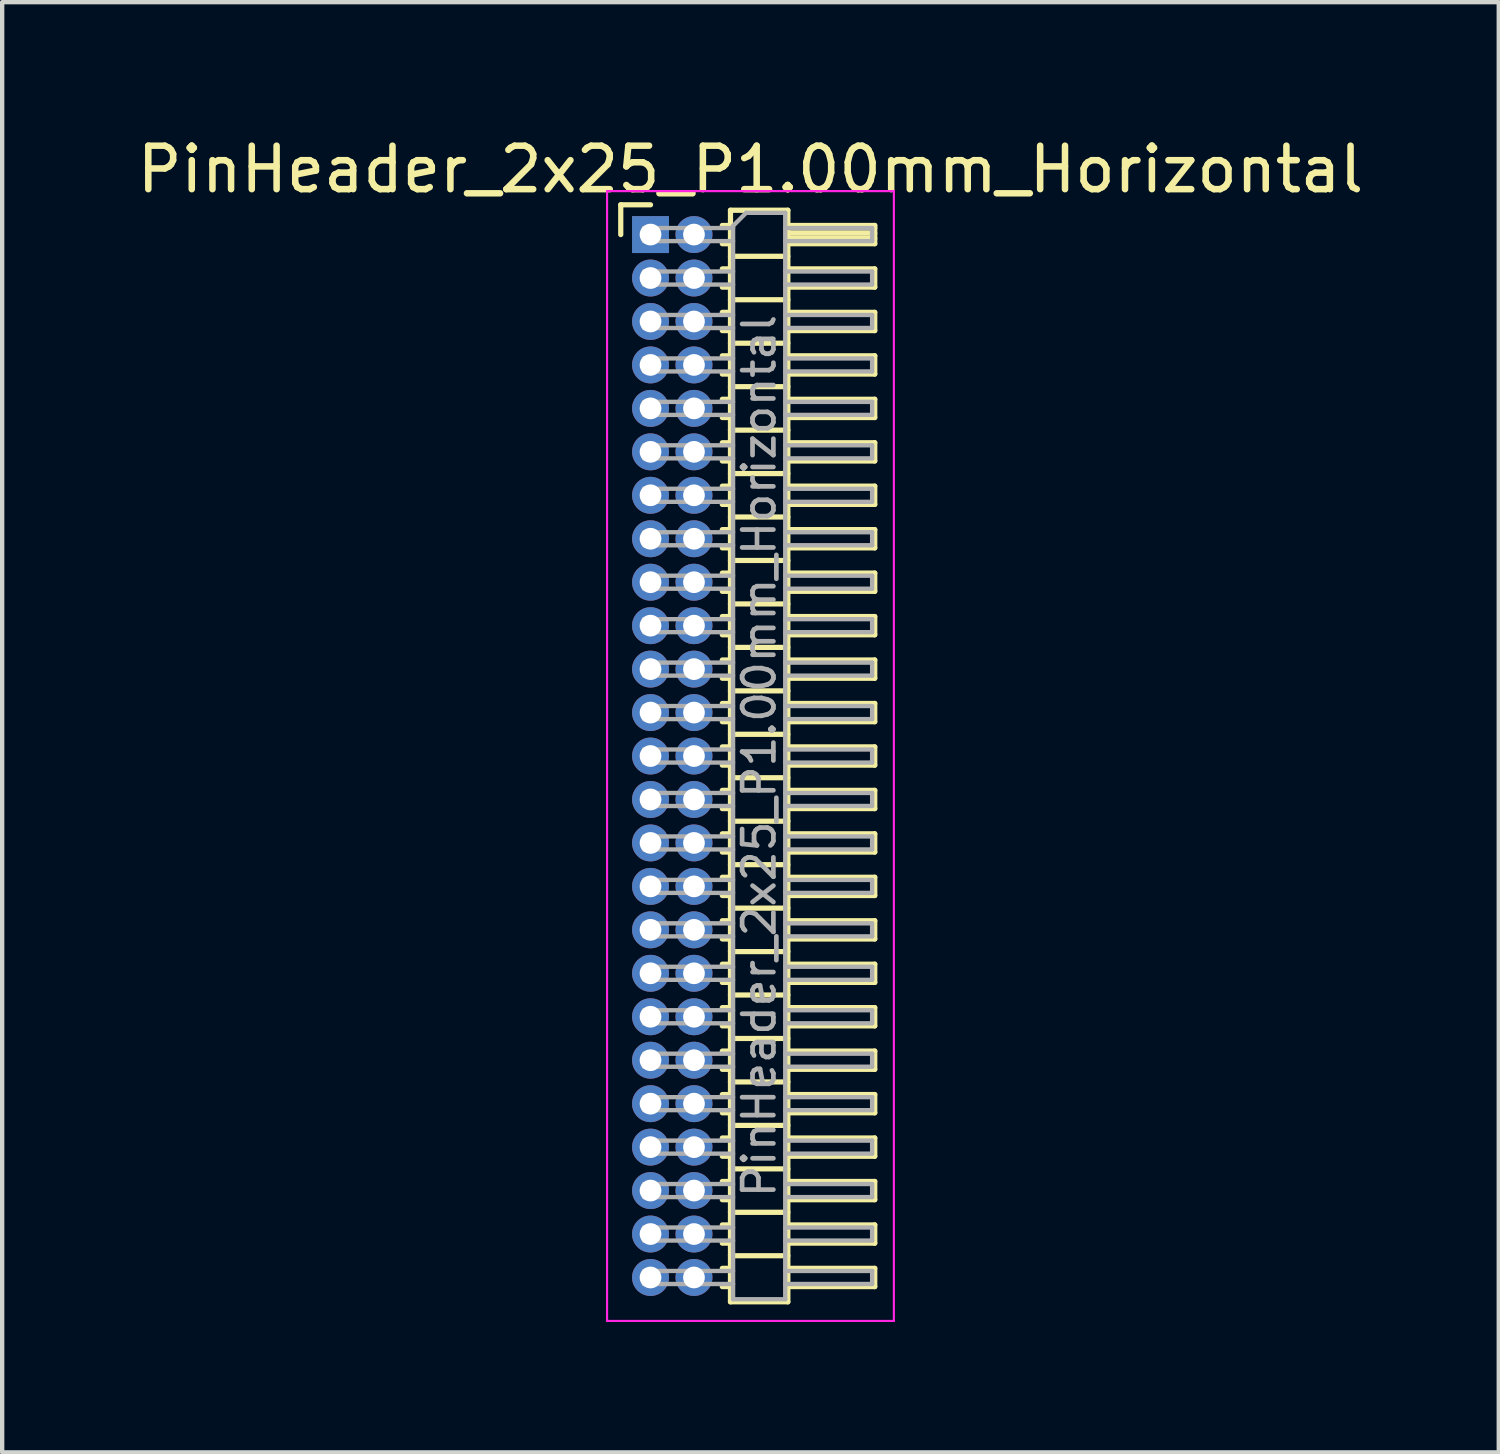
<source format=kicad_pcb>
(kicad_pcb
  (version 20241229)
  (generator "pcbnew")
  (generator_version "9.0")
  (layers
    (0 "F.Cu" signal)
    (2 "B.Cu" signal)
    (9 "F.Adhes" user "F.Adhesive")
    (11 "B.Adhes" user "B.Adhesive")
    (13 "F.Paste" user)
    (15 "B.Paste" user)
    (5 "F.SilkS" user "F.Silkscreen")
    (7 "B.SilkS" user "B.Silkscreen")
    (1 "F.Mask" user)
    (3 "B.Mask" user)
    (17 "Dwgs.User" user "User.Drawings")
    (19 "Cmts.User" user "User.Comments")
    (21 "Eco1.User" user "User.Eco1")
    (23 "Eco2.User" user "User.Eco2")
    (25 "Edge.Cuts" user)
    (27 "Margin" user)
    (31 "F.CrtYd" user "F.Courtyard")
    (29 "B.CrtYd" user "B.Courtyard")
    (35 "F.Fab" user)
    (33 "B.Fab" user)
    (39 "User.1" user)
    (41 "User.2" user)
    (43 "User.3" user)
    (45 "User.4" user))
  (footprint "PinHeader_2x25_P1.00mm_Horizontal"
    (layer "F.Cu")
    (at 11.92 2.348)
    (property "Reference" "PinHeader_2x25_P1.00mm_Horizontal" (at 2.3 -1.5 0) (layer "F.SilkS") (effects (font (size 1 1) (thickness 0.15))))
    (attr through_hole)
    (fp_line (start -0.685 -0.685) (end 0 -0.685) (stroke (width 0.12) (type solid)) (layer "F.SilkS"))
    (fp_line (start -0.685 0) (end -0.685 -0.685) (stroke (width 0.12) (type solid)) (layer "F.SilkS"))
    (fp_line (start 1.652 -0.21) (end 1.84 -0.21) (stroke (width 0.12) (type solid)) (layer "F.SilkS"))
    (fp_line (start 1.652 0.21) (end 1.84 0.21) (stroke (width 0.12) (type solid)) (layer "F.SilkS"))
    (fp_line (start 1.652 0.79) (end 1.84 0.79) (stroke (width 0.12) (type solid)) (layer "F.SilkS"))
    (fp_line (start 1.652 1.21) (end 1.84 1.21) (stroke (width 0.12) (type solid)) (layer "F.SilkS"))
    (fp_line (start 1.652 1.79) (end 1.84 1.79) (stroke (width 0.12) (type solid)) (layer "F.SilkS"))
    (fp_line (start 1.652 2.21) (end 1.84 2.21) (stroke (width 0.12) (type solid)) (layer "F.SilkS"))
    (fp_line (start 1.652 2.79) (end 1.84 2.79) (stroke (width 0.12) (type solid)) (layer "F.SilkS"))
    (fp_line (start 1.652 3.21) (end 1.84 3.21) (stroke (width 0.12) (type solid)) (layer "F.SilkS"))
    (fp_line (start 1.652 3.79) (end 1.84 3.79) (stroke (width 0.12) (type solid)) (layer "F.SilkS"))
    (fp_line (start 1.652 4.21) (end 1.84 4.21) (stroke (width 0.12) (type solid)) (layer "F.SilkS"))
    (fp_line (start 1.652 4.79) (end 1.84 4.79) (stroke (width 0.12) (type solid)) (layer "F.SilkS"))
    (fp_line (start 1.652 5.21) (end 1.84 5.21) (stroke (width 0.12) (type solid)) (layer "F.SilkS"))
    (fp_line (start 1.652 5.79) (end 1.84 5.79) (stroke (width 0.12) (type solid)) (layer "F.SilkS"))
    (fp_line (start 1.652 6.21) (end 1.84 6.21) (stroke (width 0.12) (type solid)) (layer "F.SilkS"))
    (fp_line (start 1.652 6.79) (end 1.84 6.79) (stroke (width 0.12) (type solid)) (layer "F.SilkS"))
    (fp_line (start 1.652 7.21) (end 1.84 7.21) (stroke (width 0.12) (type solid)) (layer "F.SilkS"))
    (fp_line (start 1.652 7.79) (end 1.84 7.79) (stroke (width 0.12) (type solid)) (layer "F.SilkS"))
    (fp_line (start 1.652 8.21) (end 1.84 8.21) (stroke (width 0.12) (type solid)) (layer "F.SilkS"))
    (fp_line (start 1.652 8.79) (end 1.84 8.79) (stroke (width 0.12) (type solid)) (layer "F.SilkS"))
    (fp_line (start 1.652 9.21) (end 1.84 9.21) (stroke (width 0.12) (type solid)) (layer "F.SilkS"))
    (fp_line (start 1.652 9.79) (end 1.84 9.79) (stroke (width 0.12) (type solid)) (layer "F.SilkS"))
    (fp_line (start 1.652 10.21) (end 1.84 10.21) (stroke (width 0.12) (type solid)) (layer "F.SilkS"))
    (fp_line (start 1.652 10.79) (end 1.84 10.79) (stroke (width 0.12) (type solid)) (layer "F.SilkS"))
    (fp_line (start 1.652 11.21) (end 1.84 11.21) (stroke (width 0.12) (type solid)) (layer "F.SilkS"))
    (fp_line (start 1.652 11.79) (end 1.84 11.79) (stroke (width 0.12) (type solid)) (layer "F.SilkS"))
    (fp_line (start 1.652 12.21) (end 1.84 12.21) (stroke (width 0.12) (type solid)) (layer "F.SilkS"))
    (fp_line (start 1.652 12.79) (end 1.84 12.79) (stroke (width 0.12) (type solid)) (layer "F.SilkS"))
    (fp_line (start 1.652 13.21) (end 1.84 13.21) (stroke (width 0.12) (type solid)) (layer "F.SilkS"))
    (fp_line (start 1.652 13.79) (end 1.84 13.79) (stroke (width 0.12) (type solid)) (layer "F.SilkS"))
    (fp_line (start 1.652 14.21) (end 1.84 14.21) (stroke (width 0.12) (type solid)) (layer "F.SilkS"))
    (fp_line (start 1.652 14.79) (end 1.84 14.79) (stroke (width 0.12) (type solid)) (layer "F.SilkS"))
    (fp_line (start 1.652 15.21) (end 1.84 15.21) (stroke (width 0.12) (type solid)) (layer "F.SilkS"))
    (fp_line (start 1.652 15.79) (end 1.84 15.79) (stroke (width 0.12) (type solid)) (layer "F.SilkS"))
    (fp_line (start 1.652 16.21) (end 1.84 16.21) (stroke (width 0.12) (type solid)) (layer "F.SilkS"))
    (fp_line (start 1.652 16.79) (end 1.84 16.79) (stroke (width 0.12) (type solid)) (layer "F.SilkS"))
    (fp_line (start 1.652 17.21) (end 1.84 17.21) (stroke (width 0.12) (type solid)) (layer "F.SilkS"))
    (fp_line (start 1.652 17.79) (end 1.84 17.79) (stroke (width 0.12) (type solid)) (layer "F.SilkS"))
    (fp_line (start 1.652 18.21) (end 1.84 18.21) (stroke (width 0.12) (type solid)) (layer "F.SilkS"))
    (fp_line (start 1.652 18.79) (end 1.84 18.79) (stroke (width 0.12) (type solid)) (layer "F.SilkS"))
    (fp_line (start 1.652 19.21) (end 1.84 19.21) (stroke (width 0.12) (type solid)) (layer "F.SilkS"))
    (fp_line (start 1.652 19.79) (end 1.84 19.79) (stroke (width 0.12) (type solid)) (layer "F.SilkS"))
    (fp_line (start 1.652 20.21) (end 1.84 20.21) (stroke (width 0.12) (type solid)) (layer "F.SilkS"))
    (fp_line (start 1.652 20.79) (end 1.84 20.79) (stroke (width 0.12) (type solid)) (layer "F.SilkS"))
    (fp_line (start 1.652 21.21) (end 1.84 21.21) (stroke (width 0.12) (type solid)) (layer "F.SilkS"))
    (fp_line (start 1.652 21.79) (end 1.84 21.79) (stroke (width 0.12) (type solid)) (layer "F.SilkS"))
    (fp_line (start 1.652 22.21) (end 1.84 22.21) (stroke (width 0.12) (type solid)) (layer "F.SilkS"))
    (fp_line (start 1.652 22.79) (end 1.84 22.79) (stroke (width 0.12) (type solid)) (layer "F.SilkS"))
    (fp_line (start 1.652 23.21) (end 1.84 23.21) (stroke (width 0.12) (type solid)) (layer "F.SilkS"))
    (fp_line (start 1.652 23.79) (end 1.84 23.79) (stroke (width 0.12) (type solid)) (layer "F.SilkS"))
    (fp_line (start 1.652 24.21) (end 1.84 24.21) (stroke (width 0.12) (type solid)) (layer "F.SilkS"))
    (fp_line (start 1.84 -0.56) (end 1.84 24.56) (stroke (width 0.12) (type solid)) (layer "F.SilkS"))
    (fp_line (start 1.84 0.5) (end 3.16 0.5) (stroke (width 0.12) (type solid)) (layer "F.SilkS"))
    (fp_line (start 1.84 1.5) (end 3.16 1.5) (stroke (width 0.12) (type solid)) (layer "F.SilkS"))
    (fp_line (start 1.84 2.5) (end 3.16 2.5) (stroke (width 0.12) (type solid)) (layer "F.SilkS"))
    (fp_line (start 1.84 3.5) (end 3.16 3.5) (stroke (width 0.12) (type solid)) (layer "F.SilkS"))
    (fp_line (start 1.84 4.5) (end 3.16 4.5) (stroke (width 0.12) (type solid)) (layer "F.SilkS"))
    (fp_line (start 1.84 5.5) (end 3.16 5.5) (stroke (width 0.12) (type solid)) (layer "F.SilkS"))
    (fp_line (start 1.84 6.5) (end 3.16 6.5) (stroke (width 0.12) (type solid)) (layer "F.SilkS"))
    (fp_line (start 1.84 7.5) (end 3.16 7.5) (stroke (width 0.12) (type solid)) (layer "F.SilkS"))
    (fp_line (start 1.84 8.5) (end 3.16 8.5) (stroke (width 0.12) (type solid)) (layer "F.SilkS"))
    (fp_line (start 1.84 9.5) (end 3.16 9.5) (stroke (width 0.12) (type solid)) (layer "F.SilkS"))
    (fp_line (start 1.84 10.5) (end 3.16 10.5) (stroke (width 0.12) (type solid)) (layer "F.SilkS"))
    (fp_line (start 1.84 11.5) (end 3.16 11.5) (stroke (width 0.12) (type solid)) (layer "F.SilkS"))
    (fp_line (start 1.84 12.5) (end 3.16 12.5) (stroke (width 0.12) (type solid)) (layer "F.SilkS"))
    (fp_line (start 1.84 13.5) (end 3.16 13.5) (stroke (width 0.12) (type solid)) (layer "F.SilkS"))
    (fp_line (start 1.84 14.5) (end 3.16 14.5) (stroke (width 0.12) (type solid)) (layer "F.SilkS"))
    (fp_line (start 1.84 15.5) (end 3.16 15.5) (stroke (width 0.12) (type solid)) (layer "F.SilkS"))
    (fp_line (start 1.84 16.5) (end 3.16 16.5) (stroke (width 0.12) (type solid)) (layer "F.SilkS"))
    (fp_line (start 1.84 17.5) (end 3.16 17.5) (stroke (width 0.12) (type solid)) (layer "F.SilkS"))
    (fp_line (start 1.84 18.5) (end 3.16 18.5) (stroke (width 0.12) (type solid)) (layer "F.SilkS"))
    (fp_line (start 1.84 19.5) (end 3.16 19.5) (stroke (width 0.12) (type solid)) (layer "F.SilkS"))
    (fp_line (start 1.84 20.5) (end 3.16 20.5) (stroke (width 0.12) (type solid)) (layer "F.SilkS"))
    (fp_line (start 1.84 21.5) (end 3.16 21.5) (stroke (width 0.12) (type solid)) (layer "F.SilkS"))
    (fp_line (start 1.84 22.5) (end 3.16 22.5) (stroke (width 0.12) (type solid)) (layer "F.SilkS"))
    (fp_line (start 1.84 23.5) (end 3.16 23.5) (stroke (width 0.12) (type solid)) (layer "F.SilkS"))
    (fp_line (start 1.84 24.56) (end 3.16 24.56) (stroke (width 0.12) (type solid)) (layer "F.SilkS"))
    (fp_line (start 3.16 -0.56) (end 1.84 -0.56) (stroke (width 0.12) (type solid)) (layer "F.SilkS"))
    (fp_line (start 3.16 -0.21) (end 5.16 -0.21) (stroke (width 0.12) (type solid)) (layer "F.SilkS"))
    (fp_line (start 3.16 -0.15) (end 5.16 -0.15) (stroke (width 0.12) (type solid)) (layer "F.SilkS"))
    (fp_line (start 3.16 -0.03) (end 5.16 -0.03) (stroke (width 0.12) (type solid)) (layer "F.SilkS"))
    (fp_line (start 3.16 0.09) (end 5.16 0.09) (stroke (width 0.12) (type solid)) (layer "F.SilkS"))
    (fp_line (start 3.16 0.79) (end 5.16 0.79) (stroke (width 0.12) (type solid)) (layer "F.SilkS"))
    (fp_line (start 3.16 1.79) (end 5.16 1.79) (stroke (width 0.12) (type solid)) (layer "F.SilkS"))
    (fp_line (start 3.16 2.79) (end 5.16 2.79) (stroke (width 0.12) (type solid)) (layer "F.SilkS"))
    (fp_line (start 3.16 3.79) (end 5.16 3.79) (stroke (width 0.12) (type solid)) (layer "F.SilkS"))
    (fp_line (start 3.16 4.79) (end 5.16 4.79) (stroke (width 0.12) (type solid)) (layer "F.SilkS"))
    (fp_line (start 3.16 5.79) (end 5.16 5.79) (stroke (width 0.12) (type solid)) (layer "F.SilkS"))
    (fp_line (start 3.16 6.79) (end 5.16 6.79) (stroke (width 0.12) (type solid)) (layer "F.SilkS"))
    (fp_line (start 3.16 7.79) (end 5.16 7.79) (stroke (width 0.12) (type solid)) (layer "F.SilkS"))
    (fp_line (start 3.16 8.79) (end 5.16 8.79) (stroke (width 0.12) (type solid)) (layer "F.SilkS"))
    (fp_line (start 3.16 9.79) (end 5.16 9.79) (stroke (width 0.12) (type solid)) (layer "F.SilkS"))
    (fp_line (start 3.16 10.79) (end 5.16 10.79) (stroke (width 0.12) (type solid)) (layer "F.SilkS"))
    (fp_line (start 3.16 11.79) (end 5.16 11.79) (stroke (width 0.12) (type solid)) (layer "F.SilkS"))
    (fp_line (start 3.16 12.79) (end 5.16 12.79) (stroke (width 0.12) (type solid)) (layer "F.SilkS"))
    (fp_line (start 3.16 13.79) (end 5.16 13.79) (stroke (width 0.12) (type solid)) (layer "F.SilkS"))
    (fp_line (start 3.16 14.79) (end 5.16 14.79) (stroke (width 0.12) (type solid)) (layer "F.SilkS"))
    (fp_line (start 3.16 15.79) (end 5.16 15.79) (stroke (width 0.12) (type solid)) (layer "F.SilkS"))
    (fp_line (start 3.16 16.79) (end 5.16 16.79) (stroke (width 0.12) (type solid)) (layer "F.SilkS"))
    (fp_line (start 3.16 17.79) (end 5.16 17.79) (stroke (width 0.12) (type solid)) (layer "F.SilkS"))
    (fp_line (start 3.16 18.79) (end 5.16 18.79) (stroke (width 0.12) (type solid)) (layer "F.SilkS"))
    (fp_line (start 3.16 19.79) (end 5.16 19.79) (stroke (width 0.12) (type solid)) (layer "F.SilkS"))
    (fp_line (start 3.16 20.79) (end 5.16 20.79) (stroke (width 0.12) (type solid)) (layer "F.SilkS"))
    (fp_line (start 3.16 21.79) (end 5.16 21.79) (stroke (width 0.12) (type solid)) (layer "F.SilkS"))
    (fp_line (start 3.16 22.79) (end 5.16 22.79) (stroke (width 0.12) (type solid)) (layer "F.SilkS"))
    (fp_line (start 3.16 23.79) (end 5.16 23.79) (stroke (width 0.12) (type solid)) (layer "F.SilkS"))
    (fp_line (start 3.16 24.56) (end 3.16 -0.56) (stroke (width 0.12) (type solid)) (layer "F.SilkS"))
    (fp_line (start 5.16 -0.21) (end 5.16 0.21) (stroke (width 0.12) (type solid)) (layer "F.SilkS"))
    (fp_line (start 5.16 0.21) (end 3.16 0.21) (stroke (width 0.12) (type solid)) (layer "F.SilkS"))
    (fp_line (start 5.16 0.79) (end 5.16 1.21) (stroke (width 0.12) (type solid)) (layer "F.SilkS"))
    (fp_line (start 5.16 1.21) (end 3.16 1.21) (stroke (width 0.12) (type solid)) (layer "F.SilkS"))
    (fp_line (start 5.16 1.79) (end 5.16 2.21) (stroke (width 0.12) (type solid)) (layer "F.SilkS"))
    (fp_line (start 5.16 2.21) (end 3.16 2.21) (stroke (width 0.12) (type solid)) (layer "F.SilkS"))
    (fp_line (start 5.16 2.79) (end 5.16 3.21) (stroke (width 0.12) (type solid)) (layer "F.SilkS"))
    (fp_line (start 5.16 3.21) (end 3.16 3.21) (stroke (width 0.12) (type solid)) (layer "F.SilkS"))
    (fp_line (start 5.16 3.79) (end 5.16 4.21) (stroke (width 0.12) (type solid)) (layer "F.SilkS"))
    (fp_line (start 5.16 4.21) (end 3.16 4.21) (stroke (width 0.12) (type solid)) (layer "F.SilkS"))
    (fp_line (start 5.16 4.79) (end 5.16 5.21) (stroke (width 0.12) (type solid)) (layer "F.SilkS"))
    (fp_line (start 5.16 5.21) (end 3.16 5.21) (stroke (width 0.12) (type solid)) (layer "F.SilkS"))
    (fp_line (start 5.16 5.79) (end 5.16 6.21) (stroke (width 0.12) (type solid)) (layer "F.SilkS"))
    (fp_line (start 5.16 6.21) (end 3.16 6.21) (stroke (width 0.12) (type solid)) (layer "F.SilkS"))
    (fp_line (start 5.16 6.79) (end 5.16 7.21) (stroke (width 0.12) (type solid)) (layer "F.SilkS"))
    (fp_line (start 5.16 7.21) (end 3.16 7.21) (stroke (width 0.12) (type solid)) (layer "F.SilkS"))
    (fp_line (start 5.16 7.79) (end 5.16 8.21) (stroke (width 0.12) (type solid)) (layer "F.SilkS"))
    (fp_line (start 5.16 8.21) (end 3.16 8.21) (stroke (width 0.12) (type solid)) (layer "F.SilkS"))
    (fp_line (start 5.16 8.79) (end 5.16 9.21) (stroke (width 0.12) (type solid)) (layer "F.SilkS"))
    (fp_line (start 5.16 9.21) (end 3.16 9.21) (stroke (width 0.12) (type solid)) (layer "F.SilkS"))
    (fp_line (start 5.16 9.79) (end 5.16 10.21) (stroke (width 0.12) (type solid)) (layer "F.SilkS"))
    (fp_line (start 5.16 10.21) (end 3.16 10.21) (stroke (width 0.12) (type solid)) (layer "F.SilkS"))
    (fp_line (start 5.16 10.79) (end 5.16 11.21) (stroke (width 0.12) (type solid)) (layer "F.SilkS"))
    (fp_line (start 5.16 11.21) (end 3.16 11.21) (stroke (width 0.12) (type solid)) (layer "F.SilkS"))
    (fp_line (start 5.16 11.79) (end 5.16 12.21) (stroke (width 0.12) (type solid)) (layer "F.SilkS"))
    (fp_line (start 5.16 12.21) (end 3.16 12.21) (stroke (width 0.12) (type solid)) (layer "F.SilkS"))
    (fp_line (start 5.16 12.79) (end 5.16 13.21) (stroke (width 0.12) (type solid)) (layer "F.SilkS"))
    (fp_line (start 5.16 13.21) (end 3.16 13.21) (stroke (width 0.12) (type solid)) (layer "F.SilkS"))
    (fp_line (start 5.16 13.79) (end 5.16 14.21) (stroke (width 0.12) (type solid)) (layer "F.SilkS"))
    (fp_line (start 5.16 14.21) (end 3.16 14.21) (stroke (width 0.12) (type solid)) (layer "F.SilkS"))
    (fp_line (start 5.16 14.79) (end 5.16 15.21) (stroke (width 0.12) (type solid)) (layer "F.SilkS"))
    (fp_line (start 5.16 15.21) (end 3.16 15.21) (stroke (width 0.12) (type solid)) (layer "F.SilkS"))
    (fp_line (start 5.16 15.79) (end 5.16 16.21) (stroke (width 0.12) (type solid)) (layer "F.SilkS"))
    (fp_line (start 5.16 16.21) (end 3.16 16.21) (stroke (width 0.12) (type solid)) (layer "F.SilkS"))
    (fp_line (start 5.16 16.79) (end 5.16 17.21) (stroke (width 0.12) (type solid)) (layer "F.SilkS"))
    (fp_line (start 5.16 17.21) (end 3.16 17.21) (stroke (width 0.12) (type solid)) (layer "F.SilkS"))
    (fp_line (start 5.16 17.79) (end 5.16 18.21) (stroke (width 0.12) (type solid)) (layer "F.SilkS"))
    (fp_line (start 5.16 18.21) (end 3.16 18.21) (stroke (width 0.12) (type solid)) (layer "F.SilkS"))
    (fp_line (start 5.16 18.79) (end 5.16 19.21) (stroke (width 0.12) (type solid)) (layer "F.SilkS"))
    (fp_line (start 5.16 19.21) (end 3.16 19.21) (stroke (width 0.12) (type solid)) (layer "F.SilkS"))
    (fp_line (start 5.16 19.79) (end 5.16 20.21) (stroke (width 0.12) (type solid)) (layer "F.SilkS"))
    (fp_line (start 5.16 20.21) (end 3.16 20.21) (stroke (width 0.12) (type solid)) (layer "F.SilkS"))
    (fp_line (start 5.16 20.79) (end 5.16 21.21) (stroke (width 0.12) (type solid)) (layer "F.SilkS"))
    (fp_line (start 5.16 21.21) (end 3.16 21.21) (stroke (width 0.12) (type solid)) (layer "F.SilkS"))
    (fp_line (start 5.16 21.79) (end 5.16 22.21) (stroke (width 0.12) (type solid)) (layer "F.SilkS"))
    (fp_line (start 5.16 22.21) (end 3.16 22.21) (stroke (width 0.12) (type solid)) (layer "F.SilkS"))
    (fp_line (start 5.16 22.79) (end 5.16 23.21) (stroke (width 0.12) (type solid)) (layer "F.SilkS"))
    (fp_line (start 5.16 23.21) (end 3.16 23.21) (stroke (width 0.12) (type solid)) (layer "F.SilkS"))
    (fp_line (start 5.16 23.79) (end 5.16 24.21) (stroke (width 0.12) (type solid)) (layer "F.SilkS"))
    (fp_line (start 5.16 24.21) (end 3.16 24.21) (stroke (width 0.12) (type solid)) (layer "F.SilkS"))
    (fp_line (start -1 -1) (end -1 25) (stroke (width 0.05) (type solid)) (layer "F.CrtYd"))
    (fp_line (start -1 25) (end 5.6 25) (stroke (width 0.05) (type solid)) (layer "F.CrtYd"))
    (fp_line (start 5.6 -1) (end -1 -1) (stroke (width 0.05) (type solid)) (layer "F.CrtYd"))
    (fp_line (start 5.6 25) (end 5.6 -1) (stroke (width 0.05) (type solid)) (layer "F.CrtYd"))
    (fp_line (start -0.15 -0.15) (end -0.15 0.15) (stroke (width 0.1) (type solid)) (layer "F.Fab"))
    (fp_line (start -0.15 -0.15) (end 1.9 -0.15) (stroke (width 0.1) (type solid)) (layer "F.Fab"))
    (fp_line (start -0.15 0.15) (end 1.9 0.15) (stroke (width 0.1) (type solid)) (layer "F.Fab"))
    (fp_line (start -0.15 0.85) (end -0.15 1.15) (stroke (width 0.1) (type solid)) (layer "F.Fab"))
    (fp_line (start -0.15 0.85) (end 1.9 0.85) (stroke (width 0.1) (type solid)) (layer "F.Fab"))
    (fp_line (start -0.15 1.15) (end 1.9 1.15) (stroke (width 0.1) (type solid)) (layer "F.Fab"))
    (fp_line (start -0.15 1.85) (end -0.15 2.15) (stroke (width 0.1) (type solid)) (layer "F.Fab"))
    (fp_line (start -0.15 1.85) (end 1.9 1.85) (stroke (width 0.1) (type solid)) (layer "F.Fab"))
    (fp_line (start -0.15 2.15) (end 1.9 2.15) (stroke (width 0.1) (type solid)) (layer "F.Fab"))
    (fp_line (start -0.15 2.85) (end -0.15 3.15) (stroke (width 0.1) (type solid)) (layer "F.Fab"))
    (fp_line (start -0.15 2.85) (end 1.9 2.85) (stroke (width 0.1) (type solid)) (layer "F.Fab"))
    (fp_line (start -0.15 3.15) (end 1.9 3.15) (stroke (width 0.1) (type solid)) (layer "F.Fab"))
    (fp_line (start -0.15 3.85) (end -0.15 4.15) (stroke (width 0.1) (type solid)) (layer "F.Fab"))
    (fp_line (start -0.15 3.85) (end 1.9 3.85) (stroke (width 0.1) (type solid)) (layer "F.Fab"))
    (fp_line (start -0.15 4.15) (end 1.9 4.15) (stroke (width 0.1) (type solid)) (layer "F.Fab"))
    (fp_line (start -0.15 4.85) (end -0.15 5.15) (stroke (width 0.1) (type solid)) (layer "F.Fab"))
    (fp_line (start -0.15 4.85) (end 1.9 4.85) (stroke (width 0.1) (type solid)) (layer "F.Fab"))
    (fp_line (start -0.15 5.15) (end 1.9 5.15) (stroke (width 0.1) (type solid)) (layer "F.Fab"))
    (fp_line (start -0.15 5.85) (end -0.15 6.15) (stroke (width 0.1) (type solid)) (layer "F.Fab"))
    (fp_line (start -0.15 5.85) (end 1.9 5.85) (stroke (width 0.1) (type solid)) (layer "F.Fab"))
    (fp_line (start -0.15 6.15) (end 1.9 6.15) (stroke (width 0.1) (type solid)) (layer "F.Fab"))
    (fp_line (start -0.15 6.85) (end -0.15 7.15) (stroke (width 0.1) (type solid)) (layer "F.Fab"))
    (fp_line (start -0.15 6.85) (end 1.9 6.85) (stroke (width 0.1) (type solid)) (layer "F.Fab"))
    (fp_line (start -0.15 7.15) (end 1.9 7.15) (stroke (width 0.1) (type solid)) (layer "F.Fab"))
    (fp_line (start -0.15 7.85) (end -0.15 8.15) (stroke (width 0.1) (type solid)) (layer "F.Fab"))
    (fp_line (start -0.15 7.85) (end 1.9 7.85) (stroke (width 0.1) (type solid)) (layer "F.Fab"))
    (fp_line (start -0.15 8.15) (end 1.9 8.15) (stroke (width 0.1) (type solid)) (layer "F.Fab"))
    (fp_line (start -0.15 8.85) (end -0.15 9.15) (stroke (width 0.1) (type solid)) (layer "F.Fab"))
    (fp_line (start -0.15 8.85) (end 1.9 8.85) (stroke (width 0.1) (type solid)) (layer "F.Fab"))
    (fp_line (start -0.15 9.15) (end 1.9 9.15) (stroke (width 0.1) (type solid)) (layer "F.Fab"))
    (fp_line (start -0.15 9.85) (end -0.15 10.15) (stroke (width 0.1) (type solid)) (layer "F.Fab"))
    (fp_line (start -0.15 9.85) (end 1.9 9.85) (stroke (width 0.1) (type solid)) (layer "F.Fab"))
    (fp_line (start -0.15 10.15) (end 1.9 10.15) (stroke (width 0.1) (type solid)) (layer "F.Fab"))
    (fp_line (start -0.15 10.85) (end -0.15 11.15) (stroke (width 0.1) (type solid)) (layer "F.Fab"))
    (fp_line (start -0.15 10.85) (end 1.9 10.85) (stroke (width 0.1) (type solid)) (layer "F.Fab"))
    (fp_line (start -0.15 11.15) (end 1.9 11.15) (stroke (width 0.1) (type solid)) (layer "F.Fab"))
    (fp_line (start -0.15 11.85) (end -0.15 12.15) (stroke (width 0.1) (type solid)) (layer "F.Fab"))
    (fp_line (start -0.15 11.85) (end 1.9 11.85) (stroke (width 0.1) (type solid)) (layer "F.Fab"))
    (fp_line (start -0.15 12.15) (end 1.9 12.15) (stroke (width 0.1) (type solid)) (layer "F.Fab"))
    (fp_line (start -0.15 12.85) (end -0.15 13.15) (stroke (width 0.1) (type solid)) (layer "F.Fab"))
    (fp_line (start -0.15 12.85) (end 1.9 12.85) (stroke (width 0.1) (type solid)) (layer "F.Fab"))
    (fp_line (start -0.15 13.15) (end 1.9 13.15) (stroke (width 0.1) (type solid)) (layer "F.Fab"))
    (fp_line (start -0.15 13.85) (end -0.15 14.15) (stroke (width 0.1) (type solid)) (layer "F.Fab"))
    (fp_line (start -0.15 13.85) (end 1.9 13.85) (stroke (width 0.1) (type solid)) (layer "F.Fab"))
    (fp_line (start -0.15 14.15) (end 1.9 14.15) (stroke (width 0.1) (type solid)) (layer "F.Fab"))
    (fp_line (start -0.15 14.85) (end -0.15 15.15) (stroke (width 0.1) (type solid)) (layer "F.Fab"))
    (fp_line (start -0.15 14.85) (end 1.9 14.85) (stroke (width 0.1) (type solid)) (layer "F.Fab"))
    (fp_line (start -0.15 15.15) (end 1.9 15.15) (stroke (width 0.1) (type solid)) (layer "F.Fab"))
    (fp_line (start -0.15 15.85) (end -0.15 16.15) (stroke (width 0.1) (type solid)) (layer "F.Fab"))
    (fp_line (start -0.15 15.85) (end 1.9 15.85) (stroke (width 0.1) (type solid)) (layer "F.Fab"))
    (fp_line (start -0.15 16.15) (end 1.9 16.15) (stroke (width 0.1) (type solid)) (layer "F.Fab"))
    (fp_line (start -0.15 16.85) (end -0.15 17.15) (stroke (width 0.1) (type solid)) (layer "F.Fab"))
    (fp_line (start -0.15 16.85) (end 1.9 16.85) (stroke (width 0.1) (type solid)) (layer "F.Fab"))
    (fp_line (start -0.15 17.15) (end 1.9 17.15) (stroke (width 0.1) (type solid)) (layer "F.Fab"))
    (fp_line (start -0.15 17.85) (end -0.15 18.15) (stroke (width 0.1) (type solid)) (layer "F.Fab"))
    (fp_line (start -0.15 17.85) (end 1.9 17.85) (stroke (width 0.1) (type solid)) (layer "F.Fab"))
    (fp_line (start -0.15 18.15) (end 1.9 18.15) (stroke (width 0.1) (type solid)) (layer "F.Fab"))
    (fp_line (start -0.15 18.85) (end -0.15 19.15) (stroke (width 0.1) (type solid)) (layer "F.Fab"))
    (fp_line (start -0.15 18.85) (end 1.9 18.85) (stroke (width 0.1) (type solid)) (layer "F.Fab"))
    (fp_line (start -0.15 19.15) (end 1.9 19.15) (stroke (width 0.1) (type solid)) (layer "F.Fab"))
    (fp_line (start -0.15 19.85) (end -0.15 20.15) (stroke (width 0.1) (type solid)) (layer "F.Fab"))
    (fp_line (start -0.15 19.85) (end 1.9 19.85) (stroke (width 0.1) (type solid)) (layer "F.Fab"))
    (fp_line (start -0.15 20.15) (end 1.9 20.15) (stroke (width 0.1) (type solid)) (layer "F.Fab"))
    (fp_line (start -0.15 20.85) (end -0.15 21.15) (stroke (width 0.1) (type solid)) (layer "F.Fab"))
    (fp_line (start -0.15 20.85) (end 1.9 20.85) (stroke (width 0.1) (type solid)) (layer "F.Fab"))
    (fp_line (start -0.15 21.15) (end 1.9 21.15) (stroke (width 0.1) (type solid)) (layer "F.Fab"))
    (fp_line (start -0.15 21.85) (end -0.15 22.15) (stroke (width 0.1) (type solid)) (layer "F.Fab"))
    (fp_line (start -0.15 21.85) (end 1.9 21.85) (stroke (width 0.1) (type solid)) (layer "F.Fab"))
    (fp_line (start -0.15 22.15) (end 1.9 22.15) (stroke (width 0.1) (type solid)) (layer "F.Fab"))
    (fp_line (start -0.15 22.85) (end -0.15 23.15) (stroke (width 0.1) (type solid)) (layer "F.Fab"))
    (fp_line (start -0.15 22.85) (end 1.9 22.85) (stroke (width 0.1) (type solid)) (layer "F.Fab"))
    (fp_line (start -0.15 23.15) (end 1.9 23.15) (stroke (width 0.1) (type solid)) (layer "F.Fab"))
    (fp_line (start -0.15 23.85) (end -0.15 24.15) (stroke (width 0.1) (type solid)) (layer "F.Fab"))
    (fp_line (start -0.15 23.85) (end 1.9 23.85) (stroke (width 0.1) (type solid)) (layer "F.Fab"))
    (fp_line (start -0.15 24.15) (end 1.9 24.15) (stroke (width 0.1) (type solid)) (layer "F.Fab"))
    (fp_line (start 1.9 -0.2) (end 2.2 -0.5) (stroke (width 0.1) (type solid)) (layer "F.Fab"))
    (fp_line (start 1.9 24.5) (end 1.9 -0.2) (stroke (width 0.1) (type solid)) (layer "F.Fab"))
    (fp_line (start 2.2 -0.5) (end 3.1 -0.5) (stroke (width 0.1) (type solid)) (layer "F.Fab"))
    (fp_line (start 3.1 -0.5) (end 3.1 24.5) (stroke (width 0.1) (type solid)) (layer "F.Fab"))
    (fp_line (start 3.1 -0.15) (end 5.1 -0.15) (stroke (width 0.1) (type solid)) (layer "F.Fab"))
    (fp_line (start 3.1 0.15) (end 5.1 0.15) (stroke (width 0.1) (type solid)) (layer "F.Fab"))
    (fp_line (start 3.1 0.85) (end 5.1 0.85) (stroke (width 0.1) (type solid)) (layer "F.Fab"))
    (fp_line (start 3.1 1.15) (end 5.1 1.15) (stroke (width 0.1) (type solid)) (layer "F.Fab"))
    (fp_line (start 3.1 1.85) (end 5.1 1.85) (stroke (width 0.1) (type solid)) (layer "F.Fab"))
    (fp_line (start 3.1 2.15) (end 5.1 2.15) (stroke (width 0.1) (type solid)) (layer "F.Fab"))
    (fp_line (start 3.1 2.85) (end 5.1 2.85) (stroke (width 0.1) (type solid)) (layer "F.Fab"))
    (fp_line (start 3.1 3.15) (end 5.1 3.15) (stroke (width 0.1) (type solid)) (layer "F.Fab"))
    (fp_line (start 3.1 3.85) (end 5.1 3.85) (stroke (width 0.1) (type solid)) (layer "F.Fab"))
    (fp_line (start 3.1 4.15) (end 5.1 4.15) (stroke (width 0.1) (type solid)) (layer "F.Fab"))
    (fp_line (start 3.1 4.85) (end 5.1 4.85) (stroke (width 0.1) (type solid)) (layer "F.Fab"))
    (fp_line (start 3.1 5.15) (end 5.1 5.15) (stroke (width 0.1) (type solid)) (layer "F.Fab"))
    (fp_line (start 3.1 5.85) (end 5.1 5.85) (stroke (width 0.1) (type solid)) (layer "F.Fab"))
    (fp_line (start 3.1 6.15) (end 5.1 6.15) (stroke (width 0.1) (type solid)) (layer "F.Fab"))
    (fp_line (start 3.1 6.85) (end 5.1 6.85) (stroke (width 0.1) (type solid)) (layer "F.Fab"))
    (fp_line (start 3.1 7.15) (end 5.1 7.15) (stroke (width 0.1) (type solid)) (layer "F.Fab"))
    (fp_line (start 3.1 7.85) (end 5.1 7.85) (stroke (width 0.1) (type solid)) (layer "F.Fab"))
    (fp_line (start 3.1 8.15) (end 5.1 8.15) (stroke (width 0.1) (type solid)) (layer "F.Fab"))
    (fp_line (start 3.1 8.85) (end 5.1 8.85) (stroke (width 0.1) (type solid)) (layer "F.Fab"))
    (fp_line (start 3.1 9.15) (end 5.1 9.15) (stroke (width 0.1) (type solid)) (layer "F.Fab"))
    (fp_line (start 3.1 9.85) (end 5.1 9.85) (stroke (width 0.1) (type solid)) (layer "F.Fab"))
    (fp_line (start 3.1 10.15) (end 5.1 10.15) (stroke (width 0.1) (type solid)) (layer "F.Fab"))
    (fp_line (start 3.1 10.85) (end 5.1 10.85) (stroke (width 0.1) (type solid)) (layer "F.Fab"))
    (fp_line (start 3.1 11.15) (end 5.1 11.15) (stroke (width 0.1) (type solid)) (layer "F.Fab"))
    (fp_line (start 3.1 11.85) (end 5.1 11.85) (stroke (width 0.1) (type solid)) (layer "F.Fab"))
    (fp_line (start 3.1 12.15) (end 5.1 12.15) (stroke (width 0.1) (type solid)) (layer "F.Fab"))
    (fp_line (start 3.1 12.85) (end 5.1 12.85) (stroke (width 0.1) (type solid)) (layer "F.Fab"))
    (fp_line (start 3.1 13.15) (end 5.1 13.15) (stroke (width 0.1) (type solid)) (layer "F.Fab"))
    (fp_line (start 3.1 13.85) (end 5.1 13.85) (stroke (width 0.1) (type solid)) (layer "F.Fab"))
    (fp_line (start 3.1 14.15) (end 5.1 14.15) (stroke (width 0.1) (type solid)) (layer "F.Fab"))
    (fp_line (start 3.1 14.85) (end 5.1 14.85) (stroke (width 0.1) (type solid)) (layer "F.Fab"))
    (fp_line (start 3.1 15.15) (end 5.1 15.15) (stroke (width 0.1) (type solid)) (layer "F.Fab"))
    (fp_line (start 3.1 15.85) (end 5.1 15.85) (stroke (width 0.1) (type solid)) (layer "F.Fab"))
    (fp_line (start 3.1 16.15) (end 5.1 16.15) (stroke (width 0.1) (type solid)) (layer "F.Fab"))
    (fp_line (start 3.1 16.85) (end 5.1 16.85) (stroke (width 0.1) (type solid)) (layer "F.Fab"))
    (fp_line (start 3.1 17.15) (end 5.1 17.15) (stroke (width 0.1) (type solid)) (layer "F.Fab"))
    (fp_line (start 3.1 17.85) (end 5.1 17.85) (stroke (width 0.1) (type solid)) (layer "F.Fab"))
    (fp_line (start 3.1 18.15) (end 5.1 18.15) (stroke (width 0.1) (type solid)) (layer "F.Fab"))
    (fp_line (start 3.1 18.85) (end 5.1 18.85) (stroke (width 0.1) (type solid)) (layer "F.Fab"))
    (fp_line (start 3.1 19.15) (end 5.1 19.15) (stroke (width 0.1) (type solid)) (layer "F.Fab"))
    (fp_line (start 3.1 19.85) (end 5.1 19.85) (stroke (width 0.1) (type solid)) (layer "F.Fab"))
    (fp_line (start 3.1 20.15) (end 5.1 20.15) (stroke (width 0.1) (type solid)) (layer "F.Fab"))
    (fp_line (start 3.1 20.85) (end 5.1 20.85) (stroke (width 0.1) (type solid)) (layer "F.Fab"))
    (fp_line (start 3.1 21.15) (end 5.1 21.15) (stroke (width 0.1) (type solid)) (layer "F.Fab"))
    (fp_line (start 3.1 21.85) (end 5.1 21.85) (stroke (width 0.1) (type solid)) (layer "F.Fab"))
    (fp_line (start 3.1 22.15) (end 5.1 22.15) (stroke (width 0.1) (type solid)) (layer "F.Fab"))
    (fp_line (start 3.1 22.85) (end 5.1 22.85) (stroke (width 0.1) (type solid)) (layer "F.Fab"))
    (fp_line (start 3.1 23.15) (end 5.1 23.15) (stroke (width 0.1) (type solid)) (layer "F.Fab"))
    (fp_line (start 3.1 23.85) (end 5.1 23.85) (stroke (width 0.1) (type solid)) (layer "F.Fab"))
    (fp_line (start 3.1 24.15) (end 5.1 24.15) (stroke (width 0.1) (type solid)) (layer "F.Fab"))
    (fp_line (start 3.1 24.5) (end 1.9 24.5) (stroke (width 0.1) (type solid)) (layer "F.Fab"))
    (fp_line (start 5.1 -0.15) (end 5.1 0.15) (stroke (width 0.1) (type solid)) (layer "F.Fab"))
    (fp_line (start 5.1 0.85) (end 5.1 1.15) (stroke (width 0.1) (type solid)) (layer "F.Fab"))
    (fp_line (start 5.1 1.85) (end 5.1 2.15) (stroke (width 0.1) (type solid)) (layer "F.Fab"))
    (fp_line (start 5.1 2.85) (end 5.1 3.15) (stroke (width 0.1) (type solid)) (layer "F.Fab"))
    (fp_line (start 5.1 3.85) (end 5.1 4.15) (stroke (width 0.1) (type solid)) (layer "F.Fab"))
    (fp_line (start 5.1 4.85) (end 5.1 5.15) (stroke (width 0.1) (type solid)) (layer "F.Fab"))
    (fp_line (start 5.1 5.85) (end 5.1 6.15) (stroke (width 0.1) (type solid)) (layer "F.Fab"))
    (fp_line (start 5.1 6.85) (end 5.1 7.15) (stroke (width 0.1) (type solid)) (layer "F.Fab"))
    (fp_line (start 5.1 7.85) (end 5.1 8.15) (stroke (width 0.1) (type solid)) (layer "F.Fab"))
    (fp_line (start 5.1 8.85) (end 5.1 9.15) (stroke (width 0.1) (type solid)) (layer "F.Fab"))
    (fp_line (start 5.1 9.85) (end 5.1 10.15) (stroke (width 0.1) (type solid)) (layer "F.Fab"))
    (fp_line (start 5.1 10.85) (end 5.1 11.15) (stroke (width 0.1) (type solid)) (layer "F.Fab"))
    (fp_line (start 5.1 11.85) (end 5.1 12.15) (stroke (width 0.1) (type solid)) (layer "F.Fab"))
    (fp_line (start 5.1 12.85) (end 5.1 13.15) (stroke (width 0.1) (type solid)) (layer "F.Fab"))
    (fp_line (start 5.1 13.85) (end 5.1 14.15) (stroke (width 0.1) (type solid)) (layer "F.Fab"))
    (fp_line (start 5.1 14.85) (end 5.1 15.15) (stroke (width 0.1) (type solid)) (layer "F.Fab"))
    (fp_line (start 5.1 15.85) (end 5.1 16.15) (stroke (width 0.1) (type solid)) (layer "F.Fab"))
    (fp_line (start 5.1 16.85) (end 5.1 17.15) (stroke (width 0.1) (type solid)) (layer "F.Fab"))
    (fp_line (start 5.1 17.85) (end 5.1 18.15) (stroke (width 0.1) (type solid)) (layer "F.Fab"))
    (fp_line (start 5.1 18.85) (end 5.1 19.15) (stroke (width 0.1) (type solid)) (layer "F.Fab"))
    (fp_line (start 5.1 19.85) (end 5.1 20.15) (stroke (width 0.1) (type solid)) (layer "F.Fab"))
    (fp_line (start 5.1 20.85) (end 5.1 21.15) (stroke (width 0.1) (type solid)) (layer "F.Fab"))
    (fp_line (start 5.1 21.85) (end 5.1 22.15) (stroke (width 0.1) (type solid)) (layer "F.Fab"))
    (fp_line (start 5.1 22.85) (end 5.1 23.15) (stroke (width 0.1) (type solid)) (layer "F.Fab"))
    (fp_line (start 5.1 23.85) (end 5.1 24.15) (stroke (width 0.1) (type solid)) (layer "F.Fab"))
    (fp_text user "${REFERENCE}" (at 2.5 12 90) (layer "F.Fab") (effects (font (size 0.72 0.72) (thickness 0.108))))
    (pad "1" thru_hole rect (at 0 0) (size 0.85 0.85) (drill 0.5) (layers "*.Cu" "*.Mask"))
    (pad "2" thru_hole oval (at 1 0) (size 0.85 0.85) (drill 0.5) (layers "*.Cu" "*.Mask"))
    (pad "3" thru_hole oval (at 0 1) (size 0.85 0.85) (drill 0.5) (layers "*.Cu" "*.Mask"))
    (pad "4" thru_hole oval (at 1 1) (size 0.85 0.85) (drill 0.5) (layers "*.Cu" "*.Mask"))
    (pad "5" thru_hole oval (at 0 2) (size 0.85 0.85) (drill 0.5) (layers "*.Cu" "*.Mask"))
    (pad "6" thru_hole oval (at 1 2) (size 0.85 0.85) (drill 0.5) (layers "*.Cu" "*.Mask"))
    (pad "7" thru_hole oval (at 0 3) (size 0.85 0.85) (drill 0.5) (layers "*.Cu" "*.Mask"))
    (pad "8" thru_hole oval (at 1 3) (size 0.85 0.85) (drill 0.5) (layers "*.Cu" "*.Mask"))
    (pad "9" thru_hole oval (at 0 4) (size 0.85 0.85) (drill 0.5) (layers "*.Cu" "*.Mask"))
    (pad "10" thru_hole oval (at 1 4) (size 0.85 0.85) (drill 0.5) (layers "*.Cu" "*.Mask"))
    (pad "11" thru_hole oval (at 0 5) (size 0.85 0.85) (drill 0.5) (layers "*.Cu" "*.Mask"))
    (pad "12" thru_hole oval (at 1 5) (size 0.85 0.85) (drill 0.5) (layers "*.Cu" "*.Mask"))
    (pad "13" thru_hole oval (at 0 6) (size 0.85 0.85) (drill 0.5) (layers "*.Cu" "*.Mask"))
    (pad "14" thru_hole oval (at 1 6) (size 0.85 0.85) (drill 0.5) (layers "*.Cu" "*.Mask"))
    (pad "15" thru_hole oval (at 0 7) (size 0.85 0.85) (drill 0.5) (layers "*.Cu" "*.Mask"))
    (pad "16" thru_hole oval (at 1 7) (size 0.85 0.85) (drill 0.5) (layers "*.Cu" "*.Mask"))
    (pad "17" thru_hole oval (at 0 8) (size 0.85 0.85) (drill 0.5) (layers "*.Cu" "*.Mask"))
    (pad "18" thru_hole oval (at 1 8) (size 0.85 0.85) (drill 0.5) (layers "*.Cu" "*.Mask"))
    (pad "19" thru_hole oval (at 0 9) (size 0.85 0.85) (drill 0.5) (layers "*.Cu" "*.Mask"))
    (pad "20" thru_hole oval (at 1 9) (size 0.85 0.85) (drill 0.5) (layers "*.Cu" "*.Mask"))
    (pad "21" thru_hole oval (at 0 10) (size 0.85 0.85) (drill 0.5) (layers "*.Cu" "*.Mask"))
    (pad "22" thru_hole oval (at 1 10) (size 0.85 0.85) (drill 0.5) (layers "*.Cu" "*.Mask"))
    (pad "23" thru_hole oval (at 0 11) (size 0.85 0.85) (drill 0.5) (layers "*.Cu" "*.Mask"))
    (pad "24" thru_hole oval (at 1 11) (size 0.85 0.85) (drill 0.5) (layers "*.Cu" "*.Mask"))
    (pad "25" thru_hole oval (at 0 12) (size 0.85 0.85) (drill 0.5) (layers "*.Cu" "*.Mask"))
    (pad "26" thru_hole oval (at 1 12) (size 0.85 0.85) (drill 0.5) (layers "*.Cu" "*.Mask"))
    (pad "27" thru_hole oval (at 0 13) (size 0.85 0.85) (drill 0.5) (layers "*.Cu" "*.Mask"))
    (pad "28" thru_hole oval (at 1 13) (size 0.85 0.85) (drill 0.5) (layers "*.Cu" "*.Mask"))
    (pad "29" thru_hole oval (at 0 14) (size 0.85 0.85) (drill 0.5) (layers "*.Cu" "*.Mask"))
    (pad "30" thru_hole oval (at 1 14) (size 0.85 0.85) (drill 0.5) (layers "*.Cu" "*.Mask"))
    (pad "31" thru_hole oval (at 0 15) (size 0.85 0.85) (drill 0.5) (layers "*.Cu" "*.Mask"))
    (pad "32" thru_hole oval (at 1 15) (size 0.85 0.85) (drill 0.5) (layers "*.Cu" "*.Mask"))
    (pad "33" thru_hole oval (at 0 16) (size 0.85 0.85) (drill 0.5) (layers "*.Cu" "*.Mask"))
    (pad "34" thru_hole oval (at 1 16) (size 0.85 0.85) (drill 0.5) (layers "*.Cu" "*.Mask"))
    (pad "35" thru_hole oval (at 0 17) (size 0.85 0.85) (drill 0.5) (layers "*.Cu" "*.Mask"))
    (pad "36" thru_hole oval (at 1 17) (size 0.85 0.85) (drill 0.5) (layers "*.Cu" "*.Mask"))
    (pad "37" thru_hole oval (at 0 18) (size 0.85 0.85) (drill 0.5) (layers "*.Cu" "*.Mask"))
    (pad "38" thru_hole oval (at 1 18) (size 0.85 0.85) (drill 0.5) (layers "*.Cu" "*.Mask"))
    (pad "39" thru_hole oval (at 0 19) (size 0.85 0.85) (drill 0.5) (layers "*.Cu" "*.Mask"))
    (pad "40" thru_hole oval (at 1 19) (size 0.85 0.85) (drill 0.5) (layers "*.Cu" "*.Mask"))
    (pad "41" thru_hole oval (at 0 20) (size 0.85 0.85) (drill 0.5) (layers "*.Cu" "*.Mask"))
    (pad "42" thru_hole oval (at 1 20) (size 0.85 0.85) (drill 0.5) (layers "*.Cu" "*.Mask"))
    (pad "43" thru_hole oval (at 0 21) (size 0.85 0.85) (drill 0.5) (layers "*.Cu" "*.Mask"))
    (pad "44" thru_hole oval (at 1 21) (size 0.85 0.85) (drill 0.5) (layers "*.Cu" "*.Mask"))
    (pad "45" thru_hole oval (at 0 22) (size 0.85 0.85) (drill 0.5) (layers "*.Cu" "*.Mask"))
    (pad "46" thru_hole oval (at 1 22) (size 0.85 0.85) (drill 0.5) (layers "*.Cu" "*.Mask"))
    (pad "47" thru_hole oval (at 0 23) (size 0.85 0.85) (drill 0.5) (layers "*.Cu" "*.Mask"))
    (pad "48" thru_hole oval (at 1 23) (size 0.85 0.85) (drill 0.5) (layers "*.Cu" "*.Mask"))
    (pad "49" thru_hole oval (at 0 24) (size 0.85 0.85) (drill 0.5) (layers "*.Cu" "*.Mask"))
    (pad "50" thru_hole oval (at 1 24) (size 0.85 0.85) (drill 0.5) (layers "*.Cu" "*.Mask")))
  (gr_rect
    (start -3 -3)
    (end 31.44 30.373)
    (stroke (width 0.1) (type default))
    (fill no)
    (layer "Edge.Cuts")))
</source>
